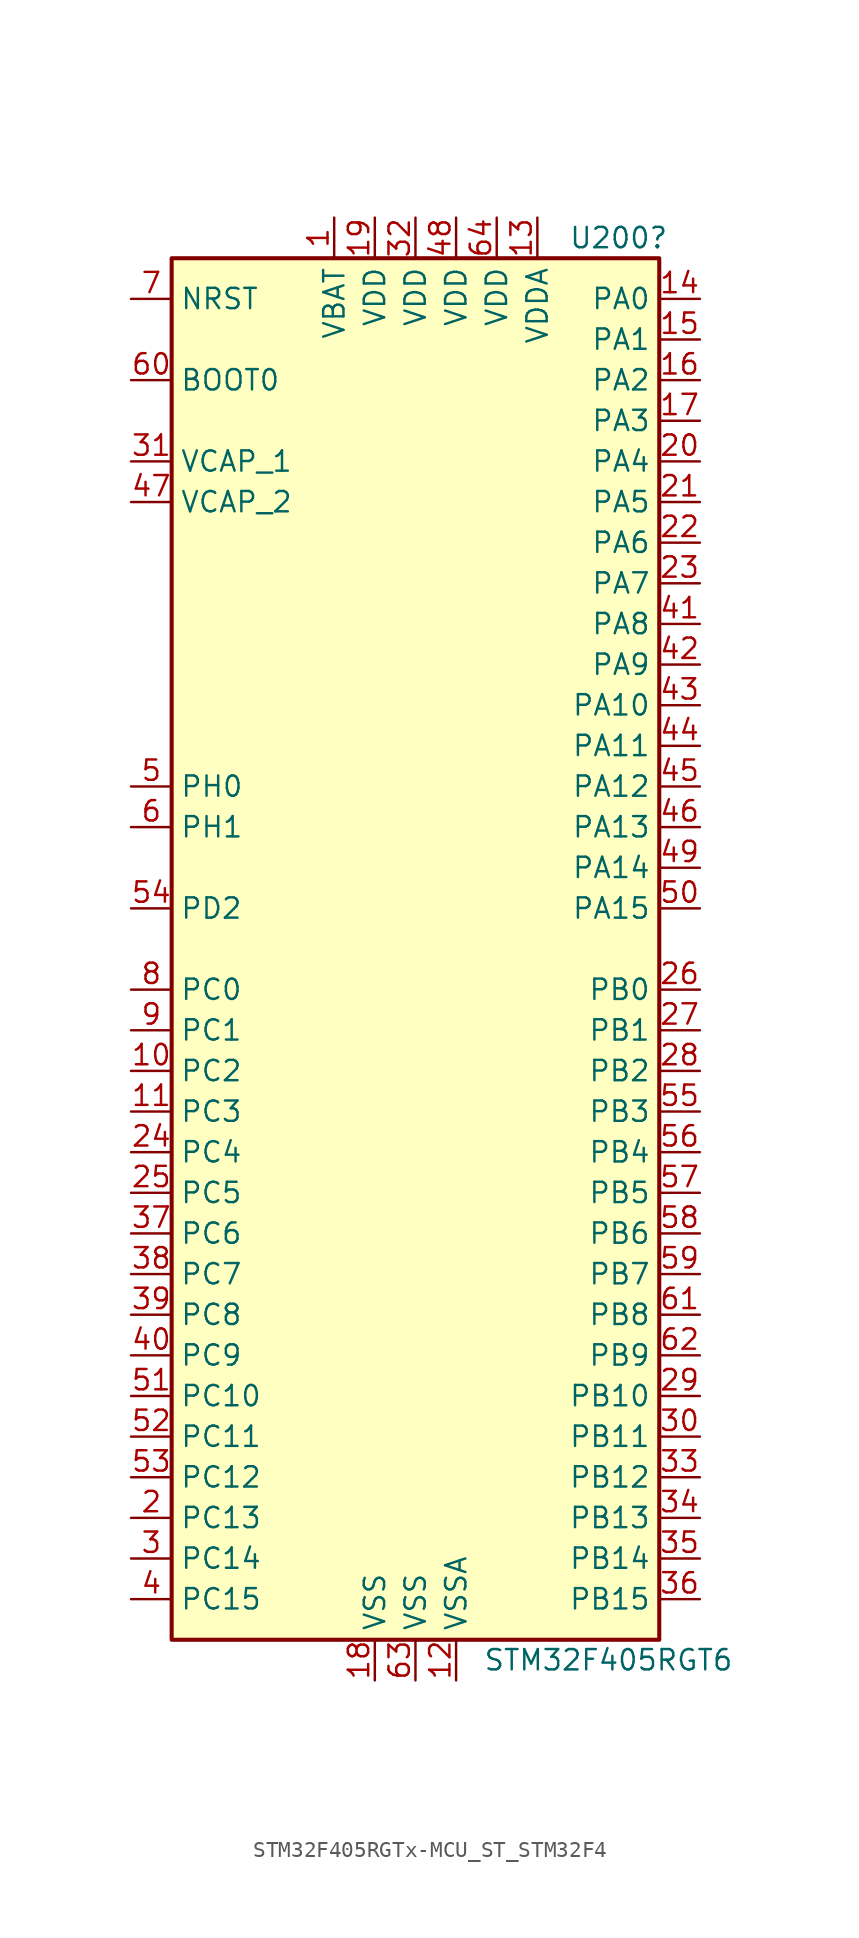
<source format=kicad_sym>
(kicad_symbol_lib
  (version 20220914)
  (generator kicad_symbol_editor)
  (symbol "STM32F405RGTx-MCU_ST_STM32F4"
    (property "Reference" "U200"
      (at 12.7 44.45 0)
      (effects (font (size 1.27 1.27))))
    (property "Value" "STM32F405RGT6"
      (at 12.065 -44.45 0)
      (effects (font (size 1.27 1.27))))
    (symbol "STM32F405RGTx-MCU_ST_STM32F4_0_1"
      (rectangle (start -15.24 -43.18) (end 15.24 43.18) (stroke (width 0.254) (type solid)) (fill (type background))))
    (symbol "STM32F405RGTx-MCU_ST_STM32F4_1_1"
      (pin power_in line (at -5.08 45.72 270) (length 2.54) (name "VBAT" (effects (font (size 1.27 1.27)))) (number "1" (effects (font (size 1.27 1.27)))))
      (pin bidirectional line (at -17.78 -7.62 0) (length 2.54) (name "PC2" (effects (font (size 1.27 1.27)))) (number "10" (effects (font (size 1.27 1.27)))))
      (pin bidirectional line (at -17.78 -10.16 0) (length 2.54) (name "PC3" (effects (font (size 1.27 1.27)))) (number "11" (effects (font (size 1.27 1.27)))))
      (pin power_in line (at 2.54 -45.72 90) (length 2.54) (name "VSSA" (effects (font (size 1.27 1.27)))) (number "12" (effects (font (size 1.27 1.27)))))
      (pin power_in line (at 7.62 45.72 270) (length 2.54) (name "VDDA" (effects (font (size 1.27 1.27)))) (number "13" (effects (font (size 1.27 1.27)))))
      (pin bidirectional line (at 17.78 40.64 180) (length 2.54) (name "PA0" (effects (font (size 1.27 1.27)))) (number "14" (effects (font (size 1.27 1.27)))))
      (pin bidirectional line (at 17.78 38.1 180) (length 2.54) (name "PA1" (effects (font (size 1.27 1.27)))) (number "15" (effects (font (size 1.27 1.27)))))
      (pin bidirectional line (at 17.78 35.56 180) (length 2.54) (name "PA2" (effects (font (size 1.27 1.27)))) (number "16" (effects (font (size 1.27 1.27)))))
      (pin bidirectional line (at 17.78 33.02 180) (length 2.54) (name "PA3" (effects (font (size 1.27 1.27)))) (number "17" (effects (font (size 1.27 1.27)))))
      (pin power_in line (at -2.54 -45.72 90) (length 2.54) (name "VSS" (effects (font (size 1.27 1.27)))) (number "18" (effects (font (size 1.27 1.27)))))
      (pin power_in line (at -2.54 45.72 270) (length 2.54) (name "VDD" (effects (font (size 1.27 1.27)))) (number "19" (effects (font (size 1.27 1.27)))))
      (pin bidirectional line (at -17.78 -35.56 0) (length 2.54) (name "PC13" (effects (font (size 1.27 1.27)))) (number "2" (effects (font (size 1.27 1.27)))))
      (pin bidirectional line (at 17.78 30.48 180) (length 2.54) (name "PA4" (effects (font (size 1.27 1.27)))) (number "20" (effects (font (size 1.27 1.27)))))
      (pin bidirectional line (at 17.78 27.94 180) (length 2.54) (name "PA5" (effects (font (size 1.27 1.27)))) (number "21" (effects (font (size 1.27 1.27)))))
      (pin bidirectional line (at 17.78 25.4 180) (length 2.54) (name "PA6" (effects (font (size 1.27 1.27)))) (number "22" (effects (font (size 1.27 1.27)))))
      (pin bidirectional line (at 17.78 22.86 180) (length 2.54) (name "PA7" (effects (font (size 1.27 1.27)))) (number "23" (effects (font (size 1.27 1.27)))))
      (pin bidirectional line (at -17.78 -12.7 0) (length 2.54) (name "PC4" (effects (font (size 1.27 1.27)))) (number "24" (effects (font (size 1.27 1.27)))))
      (pin bidirectional line (at -17.78 -15.24 0) (length 2.54) (name "PC5" (effects (font (size 1.27 1.27)))) (number "25" (effects (font (size 1.27 1.27)))))
      (pin bidirectional line (at 17.78 -2.54 180) (length 2.54) (name "PB0" (effects (font (size 1.27 1.27)))) (number "26" (effects (font (size 1.27 1.27)))))
      (pin bidirectional line (at 17.78 -5.08 180) (length 2.54) (name "PB1" (effects (font (size 1.27 1.27)))) (number "27" (effects (font (size 1.27 1.27)))))
      (pin bidirectional line (at 17.78 -7.62 180) (length 2.54) (name "PB2" (effects (font (size 1.27 1.27)))) (number "28" (effects (font (size 1.27 1.27)))))
      (pin bidirectional line (at 17.78 -27.94 180) (length 2.54) (name "PB10" (effects (font (size 1.27 1.27)))) (number "29" (effects (font (size 1.27 1.27)))))
      (pin bidirectional line (at -17.78 -38.1 0) (length 2.54) (name "PC14" (effects (font (size 1.27 1.27)))) (number "3" (effects (font (size 1.27 1.27)))))
      (pin bidirectional line (at 17.78 -30.48 180) (length 2.54) (name "PB11" (effects (font (size 1.27 1.27)))) (number "30" (effects (font (size 1.27 1.27)))))
      (pin power_in line (at -17.78 30.48 0) (length 2.54) (name "VCAP_1" (effects (font (size 1.27 1.27)))) (number "31" (effects (font (size 1.27 1.27)))))
      (pin power_in line (at 0 45.72 270) (length 2.54) (name "VDD" (effects (font (size 1.27 1.27)))) (number "32" (effects (font (size 1.27 1.27)))))
      (pin bidirectional line (at 17.78 -33.02 180) (length 2.54) (name "PB12" (effects (font (size 1.27 1.27)))) (number "33" (effects (font (size 1.27 1.27)))))
      (pin bidirectional line (at 17.78 -35.56 180) (length 2.54) (name "PB13" (effects (font (size 1.27 1.27)))) (number "34" (effects (font (size 1.27 1.27)))))
      (pin bidirectional line (at 17.78 -38.1 180) (length 2.54) (name "PB14" (effects (font (size 1.27 1.27)))) (number "35" (effects (font (size 1.27 1.27)))))
      (pin bidirectional line (at 17.78 -40.64 180) (length 2.54) (name "PB15" (effects (font (size 1.27 1.27)))) (number "36" (effects (font (size 1.27 1.27)))))
      (pin bidirectional line (at -17.78 -17.78 0) (length 2.54) (name "PC6" (effects (font (size 1.27 1.27)))) (number "37" (effects (font (size 1.27 1.27)))))
      (pin bidirectional line (at -17.78 -20.32 0) (length 2.54) (name "PC7" (effects (font (size 1.27 1.27)))) (number "38" (effects (font (size 1.27 1.27)))))
      (pin bidirectional line (at -17.78 -22.86 0) (length 2.54) (name "PC8" (effects (font (size 1.27 1.27)))) (number "39" (effects (font (size 1.27 1.27)))))
      (pin bidirectional line (at -17.78 -40.64 0) (length 2.54) (name "PC15" (effects (font (size 1.27 1.27)))) (number "4" (effects (font (size 1.27 1.27)))))
      (pin bidirectional line (at -17.78 -25.4 0) (length 2.54) (name "PC9" (effects (font (size 1.27 1.27)))) (number "40" (effects (font (size 1.27 1.27)))))
      (pin bidirectional line (at 17.78 20.32 180) (length 2.54) (name "PA8" (effects (font (size 1.27 1.27)))) (number "41" (effects (font (size 1.27 1.27)))))
      (pin bidirectional line (at 17.78 17.78 180) (length 2.54) (name "PA9" (effects (font (size 1.27 1.27)))) (number "42" (effects (font (size 1.27 1.27)))))
      (pin bidirectional line (at 17.78 15.24 180) (length 2.54) (name "PA10" (effects (font (size 1.27 1.27)))) (number "43" (effects (font (size 1.27 1.27)))))
      (pin bidirectional line (at 17.78 12.7 180) (length 2.54) (name "PA11" (effects (font (size 1.27 1.27)))) (number "44" (effects (font (size 1.27 1.27)))))
      (pin bidirectional line (at 17.78 10.16 180) (length 2.54) (name "PA12" (effects (font (size 1.27 1.27)))) (number "45" (effects (font (size 1.27 1.27)))))
      (pin bidirectional line (at 17.78 7.62 180) (length 2.54) (name "PA13" (effects (font (size 1.27 1.27)))) (number "46" (effects (font (size 1.27 1.27)))))
      (pin power_in line (at -17.78 27.94 0) (length 2.54) (name "VCAP_2" (effects (font (size 1.27 1.27)))) (number "47" (effects (font (size 1.27 1.27)))))
      (pin power_in line (at 2.54 45.72 270) (length 2.54) (name "VDD" (effects (font (size 1.27 1.27)))) (number "48" (effects (font (size 1.27 1.27)))))
      (pin bidirectional line (at 17.78 5.08 180) (length 2.54) (name "PA14" (effects (font (size 1.27 1.27)))) (number "49" (effects (font (size 1.27 1.27)))))
      (pin input line (at -17.78 10.16 0) (length 2.54) (name "PH0" (effects (font (size 1.27 1.27)))) (number "5" (effects (font (size 1.27 1.27)))))
      (pin bidirectional line (at 17.78 2.54 180) (length 2.54) (name "PA15" (effects (font (size 1.27 1.27)))) (number "50" (effects (font (size 1.27 1.27)))))
      (pin bidirectional line (at -17.78 -27.94 0) (length 2.54) (name "PC10" (effects (font (size 1.27 1.27)))) (number "51" (effects (font (size 1.27 1.27)))))
      (pin bidirectional line (at -17.78 -30.48 0) (length 2.54) (name "PC11" (effects (font (size 1.27 1.27)))) (number "52" (effects (font (size 1.27 1.27)))))
      (pin bidirectional line (at -17.78 -33.02 0) (length 2.54) (name "PC12" (effects (font (size 1.27 1.27)))) (number "53" (effects (font (size 1.27 1.27)))))
      (pin bidirectional line (at -17.78 2.54 0) (length 2.54) (name "PD2" (effects (font (size 1.27 1.27)))) (number "54" (effects (font (size 1.27 1.27)))))
      (pin bidirectional line (at 17.78 -10.16 180) (length 2.54) (name "PB3" (effects (font (size 1.27 1.27)))) (number "55" (effects (font (size 1.27 1.27)))))
      (pin bidirectional line (at 17.78 -12.7 180) (length 2.54) (name "PB4" (effects (font (size 1.27 1.27)))) (number "56" (effects (font (size 1.27 1.27)))))
      (pin bidirectional line (at 17.78 -15.24 180) (length 2.54) (name "PB5" (effects (font (size 1.27 1.27)))) (number "57" (effects (font (size 1.27 1.27)))))
      (pin bidirectional line (at 17.78 -17.78 180) (length 2.54) (name "PB6" (effects (font (size 1.27 1.27)))) (number "58" (effects (font (size 1.27 1.27)))))
      (pin bidirectional line (at 17.78 -20.32 180) (length 2.54) (name "PB7" (effects (font (size 1.27 1.27)))) (number "59" (effects (font (size 1.27 1.27)))))
      (pin input line (at -17.78 7.62 0) (length 2.54) (name "PH1" (effects (font (size 1.27 1.27)))) (number "6" (effects (font (size 1.27 1.27)))))
      (pin input line (at -17.78 35.56 0) (length 2.54) (name "BOOT0" (effects (font (size 1.27 1.27)))) (number "60" (effects (font (size 1.27 1.27)))))
      (pin bidirectional line (at 17.78 -22.86 180) (length 2.54) (name "PB8" (effects (font (size 1.27 1.27)))) (number "61" (effects (font (size 1.27 1.27)))))
      (pin bidirectional line (at 17.78 -25.4 180) (length 2.54) (name "PB9" (effects (font (size 1.27 1.27)))) (number "62" (effects (font (size 1.27 1.27)))))
      (pin power_in line (at 0 -45.72 90) (length 2.54) (name "VSS" (effects (font (size 1.27 1.27)))) (number "63" (effects (font (size 1.27 1.27)))))
      (pin power_in line (at 5.08 45.72 270) (length 2.54) (name "VDD" (effects (font (size 1.27 1.27)))) (number "64" (effects (font (size 1.27 1.27)))))
      (pin input line (at -17.78 40.64 0) (length 2.54) (name "NRST" (effects (font (size 1.27 1.27)))) (number "7" (effects (font (size 1.27 1.27)))))
      (pin bidirectional line (at -17.78 -2.54 0) (length 2.54) (name "PC0" (effects (font (size 1.27 1.27)))) (number "8" (effects (font (size 1.27 1.27)))))
      (pin bidirectional line (at -17.78 -5.08 0) (length 2.54) (name "PC1" (effects (font (size 1.27 1.27)))) (number "9" (effects (font (size 1.27 1.27))))))))
</source>
